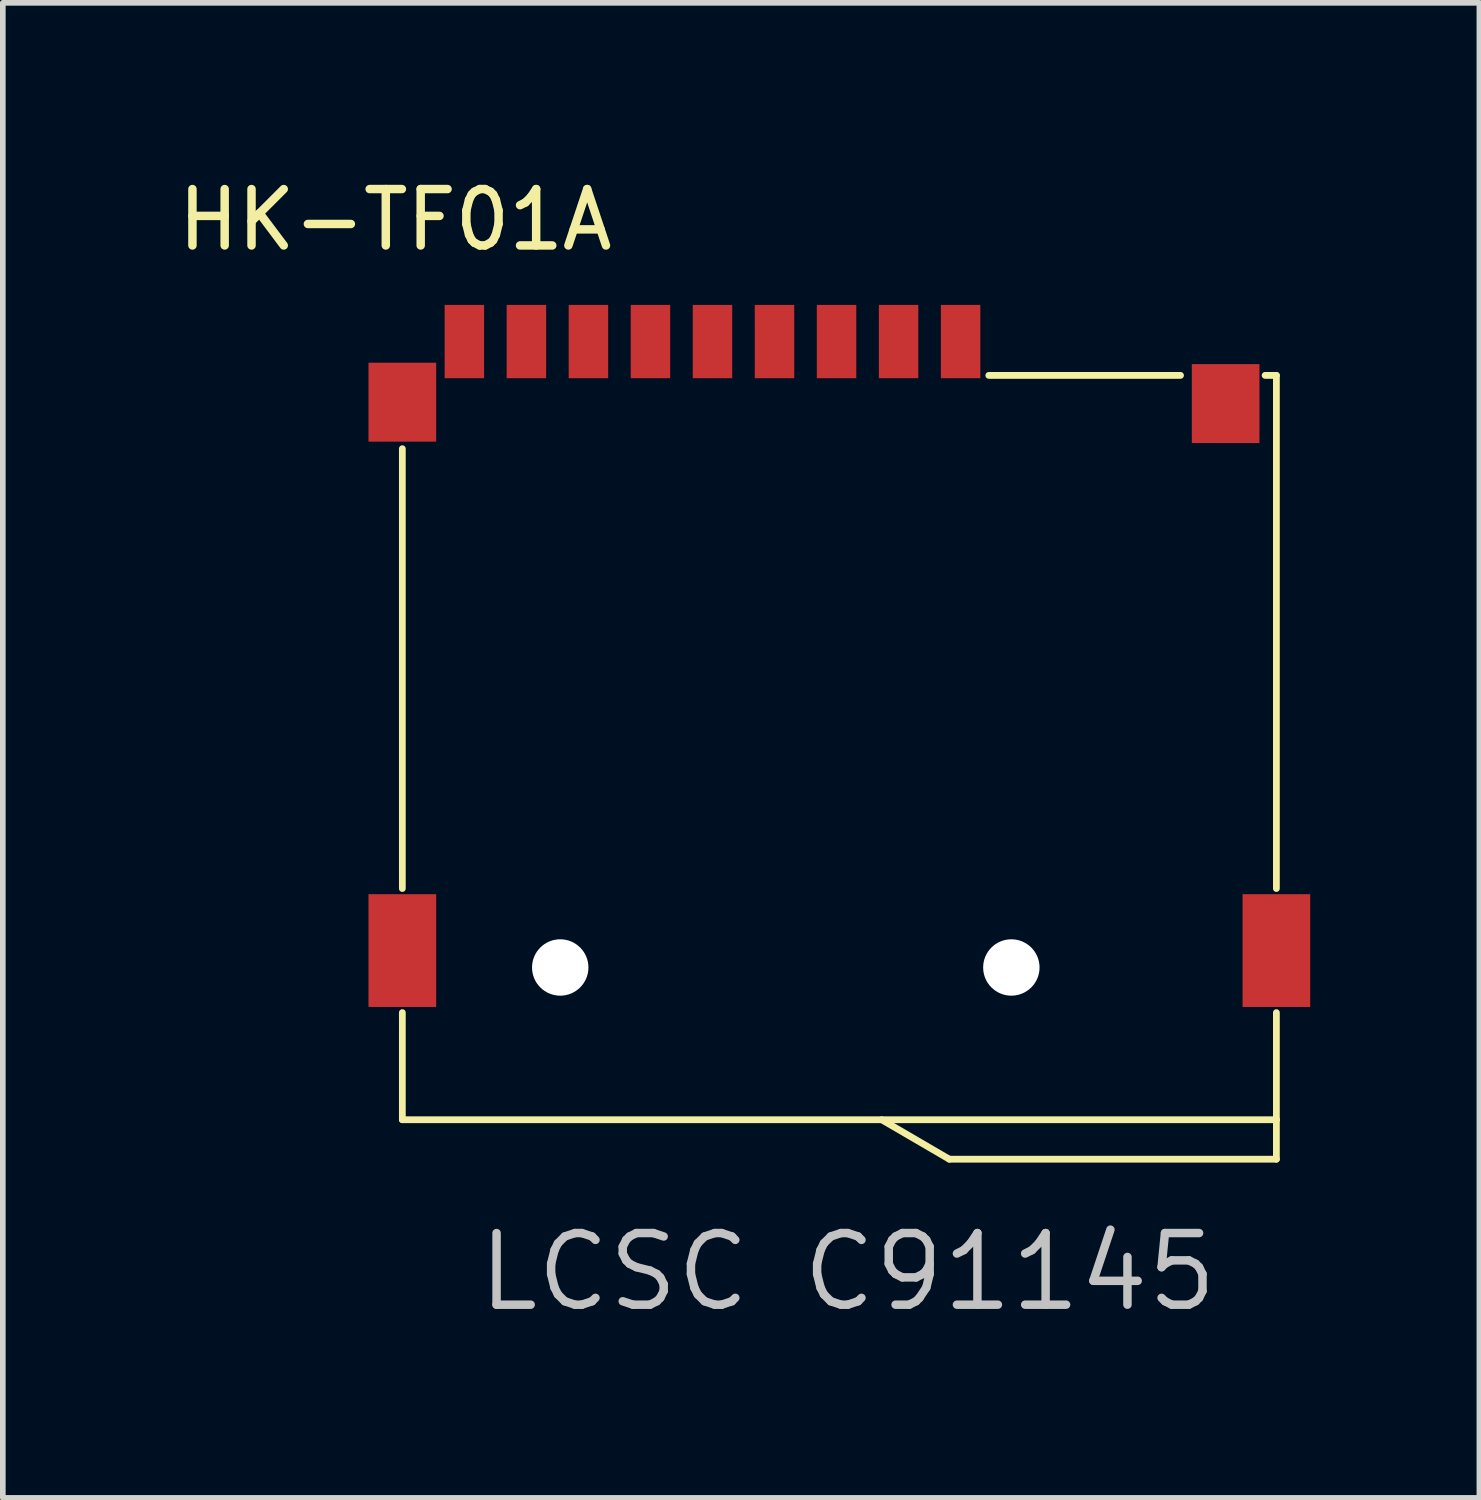
<source format=kicad_pcb>
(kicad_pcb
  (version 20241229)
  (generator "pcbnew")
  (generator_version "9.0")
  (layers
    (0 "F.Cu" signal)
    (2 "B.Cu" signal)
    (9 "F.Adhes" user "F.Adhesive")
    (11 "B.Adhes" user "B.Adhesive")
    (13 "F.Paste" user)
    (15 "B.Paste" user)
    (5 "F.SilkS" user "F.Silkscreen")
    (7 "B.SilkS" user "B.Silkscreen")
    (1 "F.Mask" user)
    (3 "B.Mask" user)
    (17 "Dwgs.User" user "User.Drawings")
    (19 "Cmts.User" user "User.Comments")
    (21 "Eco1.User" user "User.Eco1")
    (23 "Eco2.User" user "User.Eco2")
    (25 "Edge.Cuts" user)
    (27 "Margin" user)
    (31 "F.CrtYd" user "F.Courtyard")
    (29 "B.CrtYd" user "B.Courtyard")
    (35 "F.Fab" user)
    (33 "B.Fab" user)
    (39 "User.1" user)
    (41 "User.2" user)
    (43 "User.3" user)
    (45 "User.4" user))
  (footprint "HK-TF01A"
    (layer "F.Cu")
    (at 4.085 3.007)
    (property "Reference" "HK-TF01A" (at -0.127 -2.159 0) (layer "F.SilkS") (effects (font (size 1 1) (thickness 0.15))))
    (attr through_hole)
    (fp_line (start 0 1.9) (end 0 9.7) (stroke (width 0.12) (type solid)) (layer "F.SilkS"))
    (fp_line (start 0 11.9) (end 0 13.8) (stroke (width 0.12) (type solid)) (layer "F.SilkS"))
    (fp_line (start 9.7 14.5) (end 8.5 13.8) (stroke (width 0.12) (type solid)) (layer "F.SilkS"))
    (fp_line (start 10.4 0.6) (end 13.8 0.6) (stroke (width 0.12) (type solid)) (layer "F.SilkS"))
    (fp_line (start 15.5 0.6) (end 15.3 0.6) (stroke (width 0.12) (type solid)) (layer "F.SilkS"))
    (fp_line (start 15.5 9.7) (end 15.5 0.6) (stroke (width 0.12) (type solid)) (layer "F.SilkS"))
    (fp_line (start 15.5 11.9) (end 15.5 13.8) (stroke (width 0.12) (type solid)) (layer "F.SilkS"))
    (fp_line (start 15.5 13.8) (end 0 13.8) (stroke (width 0.12) (type solid)) (layer "F.SilkS"))
    (fp_line (start 15.5 14.5) (end 9.7 14.5) (stroke (width 0.12) (type solid)) (layer "F.SilkS"))
    (fp_line (start 15.5 14.5) (end 15.5 13.8) (stroke (width 0.12) (type solid)) (layer "F.SilkS"))
    (fp_text user "LCSC C91145" (at 7.9 16.5 0) (layer "Dwgs.User") (effects (font (size 1.27 1.27) (thickness 0.15))))
    (pad "" np_thru_hole circle (at 2.8 11.1) (size 1 1) (drill 1) (layers "*.Cu" "*.Mask"))
    (pad "" np_thru_hole circle (at 10.8 11.1) (size 1 1) (drill 1) (layers "*.Cu" "*.Mask"))
    (pad "1" smd rect (at 1.1 0) (size 0.7 1.3) (layers "F.Cu" "F.Mask" "F.Paste"))
    (pad "2" smd rect (at 2.2 0) (size 0.7 1.3) (layers "F.Cu" "F.Mask" "F.Paste"))
    (pad "3" smd rect (at 3.3 0) (size 0.7 1.3) (layers "F.Cu" "F.Mask" "F.Paste"))
    (pad "4" smd rect (at 4.4 0) (size 0.7 1.3) (layers "F.Cu" "F.Mask" "F.Paste"))
    (pad "5" smd rect (at 5.5 0) (size 0.7 1.3) (layers "F.Cu" "F.Mask" "F.Paste"))
    (pad "6" smd rect (at 6.6 0) (size 0.7 1.3) (layers "F.Cu" "F.Mask" "F.Paste"))
    (pad "7" smd rect (at 7.7 0) (size 0.7 1.3) (layers "F.Cu" "F.Mask" "F.Paste"))
    (pad "8" smd rect (at 8.8 0) (size 0.7 1.3) (layers "F.Cu" "F.Mask" "F.Paste"))
    (pad "9" smd rect (at 9.9 0) (size 0.7 1.3) (layers "F.Cu" "F.Mask" "F.Paste"))
    (pad "10" smd rect (at 0 1.075) (size 1.2 1.4) (layers "F.Cu" "F.Mask" "F.Paste"))
    (pad "11" smd rect (at 14.6 1.1) (size 1.2 1.4) (layers "F.Cu" "F.Mask" "F.Paste"))
    (pad "12" smd rect (at 0 10.8) (size 1.2 2) (layers "F.Cu" "F.Mask" "F.Paste"))
    (pad "13" smd rect (at 15.5 10.8) (size 1.2 2) (layers "F.Cu" "F.Mask" "F.Paste")))
  (gr_rect
    (start -3 -3)
    (end 23.185 23.513)
    (stroke (width 0.1) (type default))
    (fill no)
    (layer "Edge.Cuts")))
</source>
